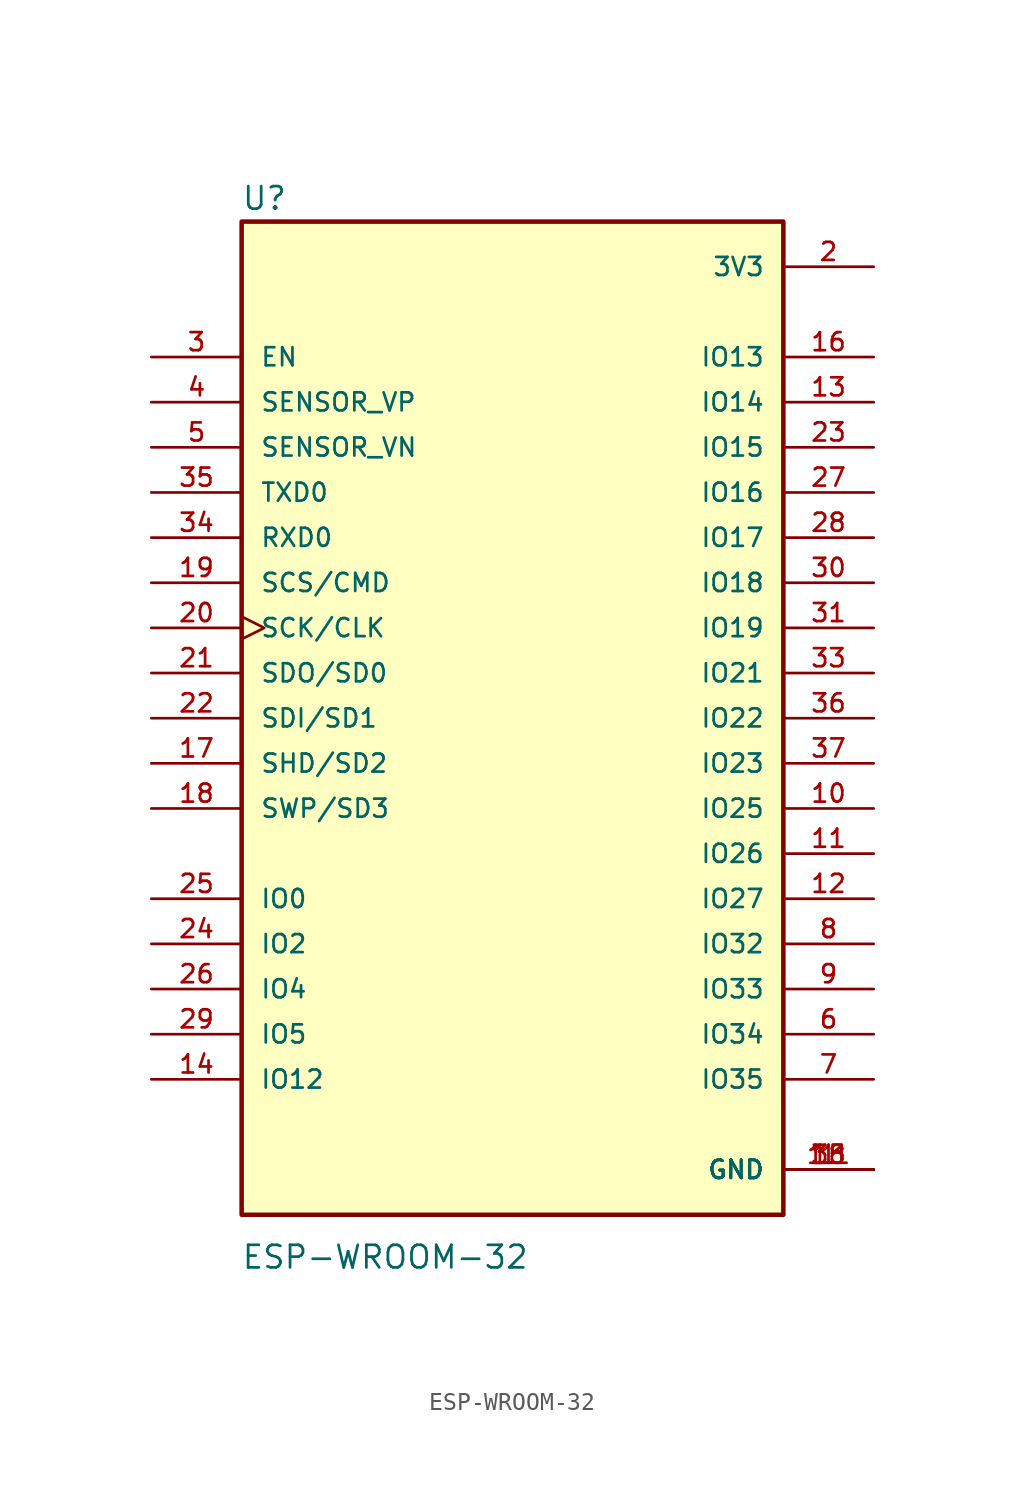
<source format=kicad_sym>
(kicad_symbol_lib
  (version 20211014)
  (generator kicad_symbol_editor)
  (symbol "ESP-WROOM-32"
    (pin_names
      (offset 1.016))
    (property "Reference" "U"
      (at -15.27 28.504 0)
      (effects (font (size 1.27 1.27)) (justify bottom left)))
    (property "Value" "ESP-WROOM-32"
      (at -15.277 -31.064 0)
      (effects (font (size 1.27 1.27)) (justify bottom left)))
    (symbol "ESP-WROOM-32_0_0"
      (rectangle (start -15.24 -27.94) (end 15.24 27.94) (stroke (width 0.254)) (fill (type background)))
      (pin power_in line (at 20.32 -25.4 180.0) (length 5.08) (name "GND" (effects (font (size 1.016 1.016)))) (number "1" (effects (font (size 1.016 1.016)))))
      (pin power_in line (at 20.32 -25.4 180.0) (length 5.08) (name "GND" (effects (font (size 1.016 1.016)))) (number "1.1" (effects (font (size 1.016 1.016)))))
      (pin power_in line (at 20.32 -25.4 180.0) (length 5.08) (name "GND" (effects (font (size 1.016 1.016)))) (number "15" (effects (font (size 1.016 1.016)))))
      (pin power_in line (at 20.32 -25.4 180.0) (length 5.08) (name "GND" (effects (font (size 1.016 1.016)))) (number "38" (effects (font (size 1.016 1.016)))))
      (pin power_in line (at 20.32 25.4 180.0) (length 5.08) (name "3V3" (effects (font (size 1.016 1.016)))) (number "2" (effects (font (size 1.016 1.016)))))
      (pin input line (at -20.32 20.32 0) (length 5.08) (name "EN" (effects (font (size 1.016 1.016)))) (number "3" (effects (font (size 1.016 1.016)))))
      (pin input line (at -20.32 17.78 0) (length 5.08) (name "SENSOR_VP" (effects (font (size 1.016 1.016)))) (number "4" (effects (font (size 1.016 1.016)))))
      (pin input line (at -20.32 15.24 0) (length 5.08) (name "SENSOR_VN" (effects (font (size 1.016 1.016)))) (number "5" (effects (font (size 1.016 1.016)))))
      (pin bidirectional line (at 20.32 -17.78 180.0) (length 5.08) (name "IO34" (effects (font (size 1.016 1.016)))) (number "6" (effects (font (size 1.016 1.016)))))
      (pin bidirectional line (at 20.32 -20.32 180.0) (length 5.08) (name "IO35" (effects (font (size 1.016 1.016)))) (number "7" (effects (font (size 1.016 1.016)))))
      (pin bidirectional line (at -20.32 12.7 0) (length 5.08) (name "TXD0" (effects (font (size 1.016 1.016)))) (number "35" (effects (font (size 1.016 1.016)))))
      (pin bidirectional line (at -20.32 10.16 0) (length 5.08) (name "RXD0" (effects (font (size 1.016 1.016)))) (number "34" (effects (font (size 1.016 1.016)))))
      (pin bidirectional line (at -20.32 -5.08 0) (length 5.08) (name "SWP/SD3" (effects (font (size 1.016 1.016)))) (number "18" (effects (font (size 1.016 1.016)))))
      (pin bidirectional line (at -20.32 -2.54 0) (length 5.08) (name "SHD/SD2" (effects (font (size 1.016 1.016)))) (number "17" (effects (font (size 1.016 1.016)))))
      (pin bidirectional line (at -20.32 7.62 0) (length 5.08) (name "SCS/CMD" (effects (font (size 1.016 1.016)))) (number "19" (effects (font (size 1.016 1.016)))))
      (pin bidirectional clock (at -20.32 5.08 0) (length 5.08) (name "SCK/CLK" (effects (font (size 1.016 1.016)))) (number "20" (effects (font (size 1.016 1.016)))))
      (pin bidirectional line (at -20.32 2.54 0) (length 5.08) (name "SDO/SD0" (effects (font (size 1.016 1.016)))) (number "21" (effects (font (size 1.016 1.016)))))
      (pin bidirectional line (at -20.32 0.0 0) (length 5.08) (name "SDI/SD1" (effects (font (size 1.016 1.016)))) (number "22" (effects (font (size 1.016 1.016)))))
      (pin bidirectional line (at -20.32 -10.16 0) (length 5.08) (name "IO0" (effects (font (size 1.016 1.016)))) (number "25" (effects (font (size 1.016 1.016)))))
      (pin bidirectional line (at -20.32 -12.7 0) (length 5.08) (name "IO2" (effects (font (size 1.016 1.016)))) (number "24" (effects (font (size 1.016 1.016)))))
      (pin bidirectional line (at -20.32 -15.24 0) (length 5.08) (name "IO4" (effects (font (size 1.016 1.016)))) (number "26" (effects (font (size 1.016 1.016)))))
      (pin bidirectional line (at -20.32 -17.78 0) (length 5.08) (name "IO5" (effects (font (size 1.016 1.016)))) (number "29" (effects (font (size 1.016 1.016)))))
      (pin bidirectional line (at -20.32 -20.32 0) (length 5.08) (name "IO12" (effects (font (size 1.016 1.016)))) (number "14" (effects (font (size 1.016 1.016)))))
      (pin bidirectional line (at 20.32 20.32 180.0) (length 5.08) (name "IO13" (effects (font (size 1.016 1.016)))) (number "16" (effects (font (size 1.016 1.016)))))
      (pin bidirectional line (at 20.32 17.78 180.0) (length 5.08) (name "IO14" (effects (font (size 1.016 1.016)))) (number "13" (effects (font (size 1.016 1.016)))))
      (pin bidirectional line (at 20.32 15.24 180.0) (length 5.08) (name "IO15" (effects (font (size 1.016 1.016)))) (number "23" (effects (font (size 1.016 1.016)))))
      (pin bidirectional line (at 20.32 12.7 180.0) (length 5.08) (name "IO16" (effects (font (size 1.016 1.016)))) (number "27" (effects (font (size 1.016 1.016)))))
      (pin bidirectional line (at 20.32 10.16 180.0) (length 5.08) (name "IO17" (effects (font (size 1.016 1.016)))) (number "28" (effects (font (size 1.016 1.016)))))
      (pin bidirectional line (at 20.32 7.62 180.0) (length 5.08) (name "IO18" (effects (font (size 1.016 1.016)))) (number "30" (effects (font (size 1.016 1.016)))))
      (pin bidirectional line (at 20.32 5.08 180.0) (length 5.08) (name "IO19" (effects (font (size 1.016 1.016)))) (number "31" (effects (font (size 1.016 1.016)))))
      (pin bidirectional line (at 20.32 2.54 180.0) (length 5.08) (name "IO21" (effects (font (size 1.016 1.016)))) (number "33" (effects (font (size 1.016 1.016)))))
      (pin bidirectional line (at 20.32 0.0 180.0) (length 5.08) (name "IO22" (effects (font (size 1.016 1.016)))) (number "36" (effects (font (size 1.016 1.016)))))
      (pin bidirectional line (at 20.32 -2.54 180.0) (length 5.08) (name "IO23" (effects (font (size 1.016 1.016)))) (number "37" (effects (font (size 1.016 1.016)))))
      (pin bidirectional line (at 20.32 -5.08 180.0) (length 5.08) (name "IO25" (effects (font (size 1.016 1.016)))) (number "10" (effects (font (size 1.016 1.016)))))
      (pin bidirectional line (at 20.32 -7.62 180.0) (length 5.08) (name "IO26" (effects (font (size 1.016 1.016)))) (number "11" (effects (font (size 1.016 1.016)))))
      (pin bidirectional line (at 20.32 -10.16 180.0) (length 5.08) (name "IO27" (effects (font (size 1.016 1.016)))) (number "12" (effects (font (size 1.016 1.016)))))
      (pin bidirectional line (at 20.32 -12.7 180.0) (length 5.08) (name "IO32" (effects (font (size 1.016 1.016)))) (number "8" (effects (font (size 1.016 1.016)))))
      (pin bidirectional line (at 20.32 -15.24 180.0) (length 5.08) (name "IO33" (effects (font (size 1.016 1.016)))) (number "9" (effects (font (size 1.016 1.016))))))))
</source>
